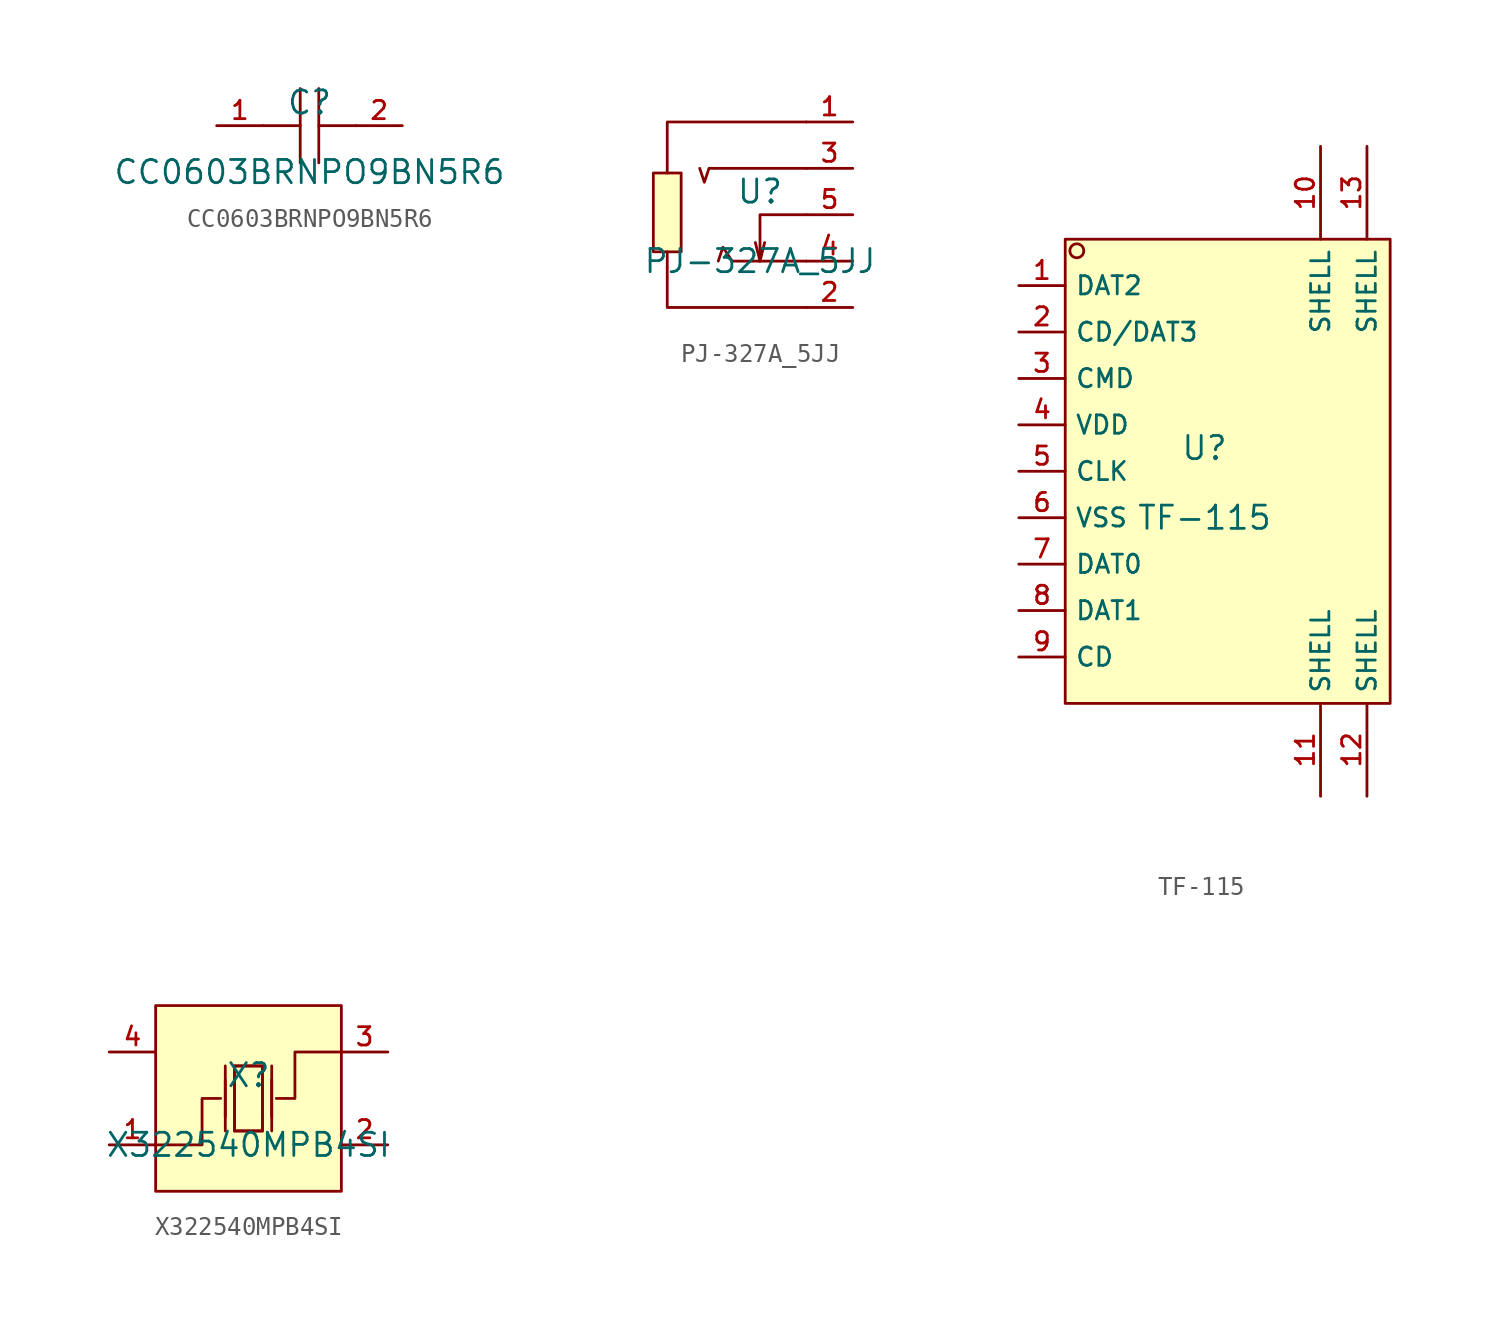
<source format=kicad_sym>
(kicad_symbol_lib
  (version 20210201)
  (generator TousstNicolas/JLC2KiCad_lib)
  (symbol "CC0603BRNPO9BN5R6"
    (pin_names hide)
    (property "Reference" "C"
      (at 0 1.27 0)
      (effects (font (size 1.27 1.27))))
    (property "Value" "CC0603BRNPO9BN5R6"
      (at 0 -2.54 0)
      (effects (font (size 1.27 1.27))))
    (symbol "CC0603BRNPO9BN5R6_0_1"
      (polyline (pts (xy -0.508 -2.032) (xy -0.508 2.032)) (stroke (width 0) (type default) (color 0 0 0 0)) (fill (type none)))
      (pin unspecified line (at -5.08 -0.0 0) (length 2.54) (name "1" (effects (font (size 1 1)))) (number "1" (effects (font (size 1 1)))))
      (polyline (pts (xy 2.54 -0.0) (xy 0.508 -0.0)) (stroke (width 0) (type default) (color 0 0 0 0)) (fill (type none)))
      (polyline (pts (xy 0.508 2.032) (xy 0.508 -2.032)) (stroke (width 0) (type default) (color 0 0 0 0)) (fill (type none)))
      (pin unspecified line (at 5.08 -0.0 180) (length 2.54) (name "2" (effects (font (size 1 1)))) (number "2" (effects (font (size 1 1)))))
      (polyline (pts (xy -0.508 -0.0) (xy -2.54 -0.0)) (stroke (width 0) (type default) (color 0 0 0 0)) (fill (type none)))))
  (symbol "PJ-327A_5JJ"
    (pin_names hide)
    (property "Reference" "U"
      (at 0 1.27 0)
      (effects (font (size 1.27 1.27))))
    (property "Value" "PJ-327A_5JJ"
      (at 0 -2.54 0)
      (effects (font (size 1.27 1.27))))
    (symbol "PJ-327A_5JJ_0_1"
      (pin unspecified line (at 5.08 -0.0 180) (length 2.54) (name "5" (effects (font (size 1 1)))) (number "5" (effects (font (size 1 1)))))
      (pin unspecified line (at 5.08 -2.54 180) (length 2.54) (name "4" (effects (font (size 1 1)))) (number "4" (effects (font (size 1 1)))))
      (pin unspecified line (at 5.08 2.54 180) (length 2.54) (name "3" (effects (font (size 1 1)))) (number "3" (effects (font (size 1 1)))))
      (pin unspecified line (at 5.08 -5.08 180) (length 2.54) (name "2" (effects (font (size 1 1)))) (number "2" (effects (font (size 1 1)))))
      (pin unspecified line (at 5.08 5.08 180) (length 2.54) (name "1" (effects (font (size 1 1)))) (number "1" (effects (font (size 1 1)))))
      (polyline (pts (xy 2.54 -2.54) (xy -1.524 -2.54) (xy -2.032 -1.778) (xy -2.286 -2.54)) (stroke (width 0) (type default) (color 0 0 0 0)) (fill (type none)))
      (polyline (pts (xy 2.54 2.54) (xy -2.794 2.54) (xy -3.048 1.778) (xy -3.302 2.54)) (stroke (width 0) (type default) (color 0 0 0 0)) (fill (type none)))
      (polyline (pts (xy -5.08 2.286) (xy -5.08 5.08) (xy 2.54 5.08)) (stroke (width 0) (type default) (color 0 0 0 0)) (fill (type none)))
      (rectangle (start -5.842 2.286) (end -4.318 -2.032) (stroke (width 0) (type default) (color 0 0 0 0)) (fill (type background)))
      (polyline (pts (xy 2.54 -5.08) (xy -5.08 -5.08) (xy -5.08 -3.81) (xy -5.08 -2.032)) (stroke (width 0) (type default) (color 0 0 0 0)) (fill (type none)))
      (polyline (pts (xy 2.54 -0.0) (xy 0.0 -0.0) (xy 0.0 -2.54) (xy 0.254 -1.524)) (stroke (width 0) (type default) (color 0 0 0 0)) (fill (type none)))
      (polyline (pts (xy 0.0 -2.54) (xy -0.254 -1.524)) (stroke (width 0) (type default) (color 0 0 0 0)) (fill (type none)))))
  (symbol "TF-115"
    (property "Reference" "U"
      (at 0 1.27 0)
      (effects (font (size 1.27 1.27))))
    (property "Value" "TF-115"
      (at 0 -2.54 0)
      (effects (font (size 1.27 1.27))))
    (symbol "TF-115_0_1"
      (rectangle (start -7.62 12.7) (end 10.16 -12.7) (stroke (width 0) (type default) (color 0 0 0 0)) (fill (type background)))
      (circle (center -6.985 12.065) (radius 0.381) (stroke (width 0) (type default) (color 0 0 0 0)) (fill (type background)))
      (pin unspecified line (at -10.16 10.16 0) (length 2.54) (name "DAT2" (effects (font (size 1 1)))) (number "1" (effects (font (size 1 1)))))
      (pin unspecified line (at -10.16 7.62 0) (length 2.54) (name "CD/DAT3" (effects (font (size 1 1)))) (number "2" (effects (font (size 1 1)))))
      (pin unspecified line (at -10.16 5.08 0) (length 2.54) (name "CMD" (effects (font (size 1 1)))) (number "3" (effects (font (size 1 1)))))
      (pin unspecified line (at -10.16 2.54 0) (length 2.54) (name "VDD" (effects (font (size 1 1)))) (number "4" (effects (font (size 1 1)))))
      (pin unspecified line (at -10.16 -0.0 0) (length 2.54) (name "CLK" (effects (font (size 1 1)))) (number "5" (effects (font (size 1 1)))))
      (pin unspecified line (at -10.16 -2.54 0) (length 2.54) (name "VSS" (effects (font (size 1 1)))) (number "6" (effects (font (size 1 1)))))
      (pin unspecified line (at -10.16 -5.08 0) (length 2.54) (name "DAT0" (effects (font (size 1 1)))) (number "7" (effects (font (size 1 1)))))
      (pin unspecified line (at -10.16 -7.62 0) (length 2.54) (name "DAT1" (effects (font (size 1 1)))) (number "8" (effects (font (size 1 1)))))
      (pin unspecified line (at -10.16 -10.16 0) (length 2.54) (name "CD" (effects (font (size 1 1)))) (number "9" (effects (font (size 1 1)))))
      (pin unspecified line (at 6.35 17.78 270) (length 5.08) (name "SHELL" (effects (font (size 1 1)))) (number "10" (effects (font (size 1 1)))))
      (pin unspecified line (at 6.35 -17.78 90) (length 5.08) (name "SHELL" (effects (font (size 1 1)))) (number "11" (effects (font (size 1 1)))))
      (pin unspecified line (at 8.89 -17.78 90) (length 5.08) (name "SHELL" (effects (font (size 1 1)))) (number "12" (effects (font (size 1 1)))))
      (pin unspecified line (at 8.89 17.78 270) (length 5.08) (name "SHELL" (effects (font (size 1 1)))) (number "13" (effects (font (size 1 1)))))))
  (symbol "X322540MPB4SI"
    (pin_names hide)
    (property "Reference" "X"
      (at 0 1.27 0)
      (effects (font (size 1.27 1.27))))
    (property "Value" "X322540MPB4SI"
      (at 0 -2.54 0)
      (effects (font (size 1.27 1.27))))
    (symbol "X322540MPB4SI_0_1"
      (polyline (pts (xy -1.27 -1.016) (xy -1.27 1.016)) (stroke (width 0) (type default) (color 0 0 0 0)) (fill (type none)))
      (polyline (pts (xy 0.762 -1.778) (xy -0.762 -1.778)) (stroke (width 0) (type default) (color 0 0 0 0)) (fill (type none)))
      (polyline (pts (xy 1.27 -1.016) (xy 1.27 1.016)) (stroke (width 0) (type default) (color 0 0 0 0)) (fill (type none)))
      (polyline (pts (xy -0.762 -1.778) (xy -0.762 1.778) (xy 0.762 1.778) (xy 0.762 -1.778)) (stroke (width 0) (type default) (color 0 0 0 0)) (fill (type none)))
      (polyline (pts (xy 5.08 2.54) (xy 2.54 2.54) (xy 2.54 -0.0) (xy 1.524 -0.0)) (stroke (width 0) (type default) (color 0 0 0 0)) (fill (type none)))
      (polyline (pts (xy -5.08 -2.54) (xy -2.54 -2.54) (xy -2.54 -0.0) (xy -1.524 -0.0)) (stroke (width 0) (type default) (color 0 0 0 0)) (fill (type none)))
      (polyline (pts (xy 1.27 -1.778) (xy 1.27 1.778)) (stroke (width 0) (type default) (color 0 0 0 0)) (fill (type none)))
      (polyline (pts (xy -1.27 -1.778) (xy -1.27 1.778)) (stroke (width 0) (type default) (color 0 0 0 0)) (fill (type none)))
      (polyline (pts (xy 0.762 1.778) (xy 0.762 -1.778) (xy -0.762 -1.778) (xy -0.762 1.778) (xy 0.762 1.778)) (stroke (width 0) (type default) (color 0 0 0 0)) (fill (type none)))
      (pin unspecified line (at -7.62 2.54 0) (length 2.54) (name "GND" (effects (font (size 1 1)))) (number "4" (effects (font (size 1 1)))))
      (pin unspecified line (at 7.62 -2.54 180) (length 2.54) (name "GND" (effects (font (size 1 1)))) (number "2" (effects (font (size 1 1)))))
      (rectangle (start -5.08 5.08) (end 5.08 -5.08) (stroke (width 0) (type default) (color 0 0 0 0)) (fill (type background)))
      (pin unspecified line (at -7.62 -2.54 0) (length 2.54) (name "OSC1" (effects (font (size 1 1)))) (number "1" (effects (font (size 1 1)))))
      (pin unspecified line (at 7.62 2.54 180) (length 2.54) (name "OSC2" (effects (font (size 1 1)))) (number "3" (effects (font (size 1 1))))))))
</source>
